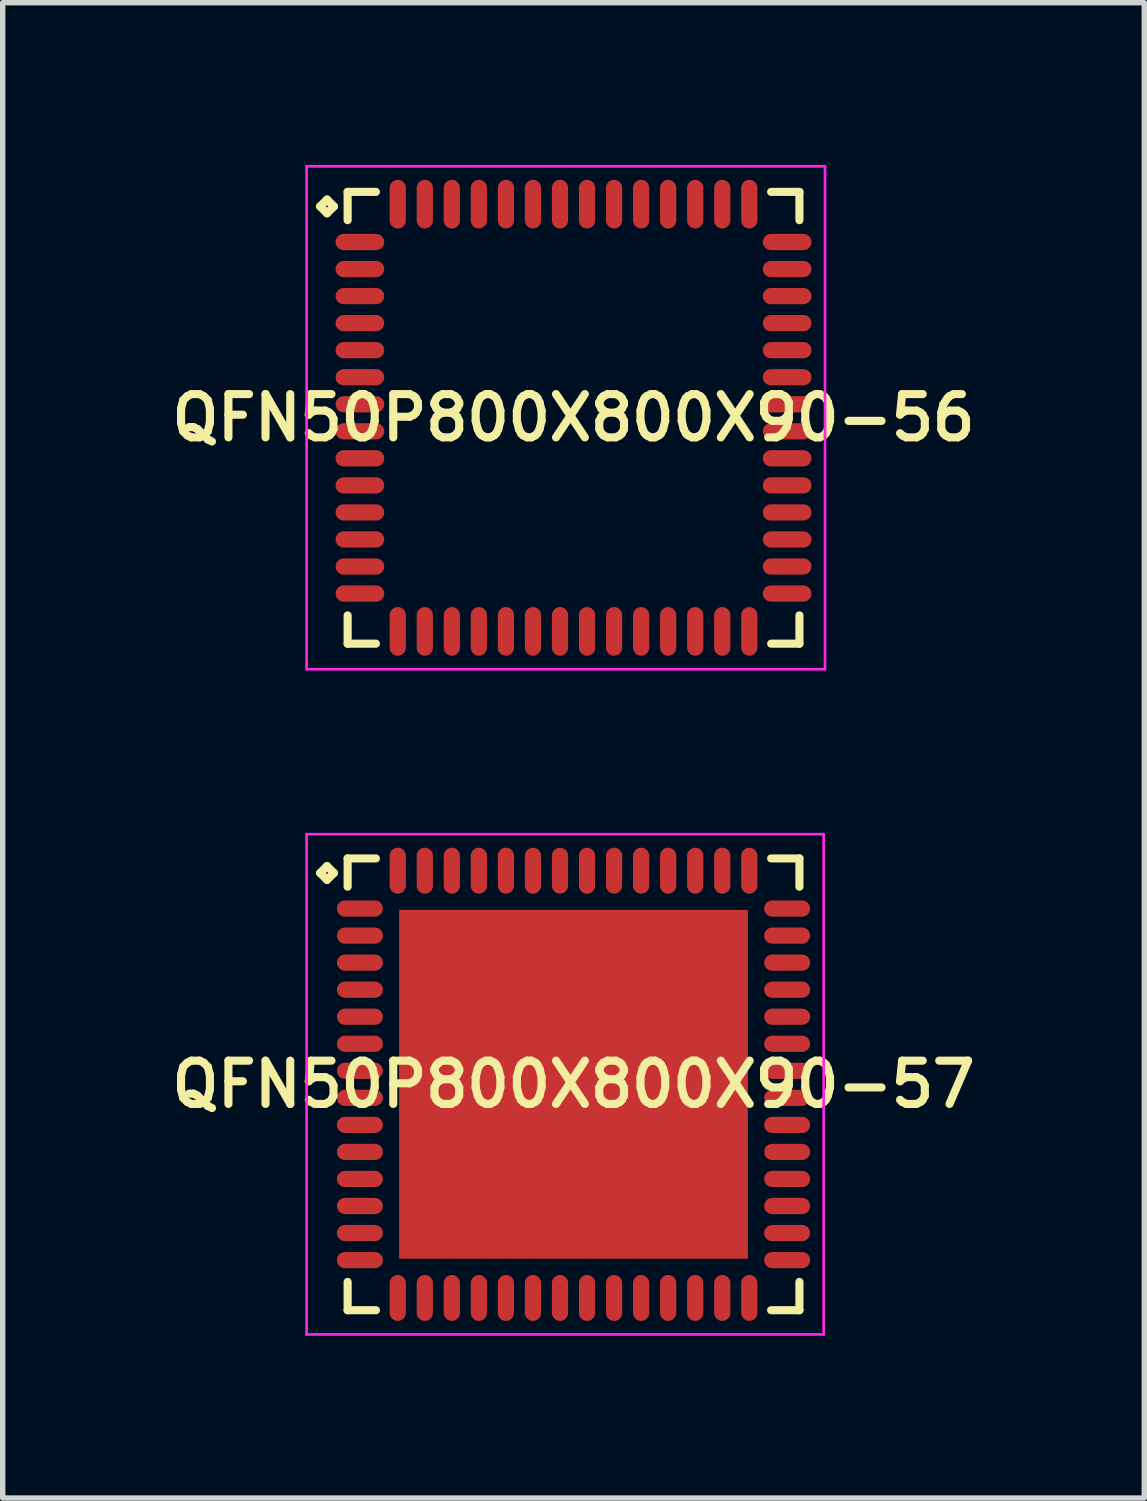
<source format=kicad_pcb>
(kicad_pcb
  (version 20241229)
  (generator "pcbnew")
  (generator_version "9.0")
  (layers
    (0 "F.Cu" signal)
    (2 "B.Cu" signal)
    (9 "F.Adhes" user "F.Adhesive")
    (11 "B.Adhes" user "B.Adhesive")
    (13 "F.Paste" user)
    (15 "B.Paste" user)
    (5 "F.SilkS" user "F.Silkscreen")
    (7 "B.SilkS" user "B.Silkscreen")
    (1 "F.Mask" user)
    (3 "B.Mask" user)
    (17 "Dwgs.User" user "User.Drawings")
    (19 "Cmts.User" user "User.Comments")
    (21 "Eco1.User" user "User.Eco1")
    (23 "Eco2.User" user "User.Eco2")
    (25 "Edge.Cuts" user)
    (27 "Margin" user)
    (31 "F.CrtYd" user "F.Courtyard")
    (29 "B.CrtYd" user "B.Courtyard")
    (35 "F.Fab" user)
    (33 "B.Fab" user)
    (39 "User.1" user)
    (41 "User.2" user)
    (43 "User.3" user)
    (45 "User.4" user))
  (footprint "QFN50P800X800X90-57"
    (layer "F.Cu")
    (at 7.555 17)
    (property "Reference" "QFN50P800X800X90-57" (at 0 0 0) (layer "F.SilkS") (effects (font (size 0.8 0.8) (thickness 0.15))))
    (attr smd)
    (fp_line (start -4.685 -3.908) (end -4.558 -4.035) (stroke (width 0.15) (type solid)) (layer "F.SilkS"))
    (fp_line (start -4.558 -4.035) (end -4.431 -3.908) (stroke (width 0.15) (type solid)) (layer "F.SilkS"))
    (fp_line (start -4.558 -3.781) (end -4.685 -3.908) (stroke (width 0.15) (type solid)) (layer "F.SilkS"))
    (fp_line (start -4.431 -3.908) (end -4.558 -3.781) (stroke (width 0.15) (type solid)) (layer "F.SilkS"))
    (fp_line (start -4.177 -4.177) (end -3.654 -4.177) (stroke (width 0.15) (type solid)) (layer "F.SilkS"))
    (fp_line (start -4.177 -3.654) (end -4.177 -4.177) (stroke (width 0.15) (type solid)) (layer "F.SilkS"))
    (fp_line (start -4.177 3.654) (end -4.177 4.177) (stroke (width 0.15) (type solid)) (layer "F.SilkS"))
    (fp_line (start -4.177 4.177) (end -3.654 4.177) (stroke (width 0.15) (type solid)) (layer "F.SilkS"))
    (fp_line (start 3.654 -4.177) (end 4.177 -4.177) (stroke (width 0.15) (type solid)) (layer "F.SilkS"))
    (fp_line (start 3.654 4.177) (end 4.177 4.177) (stroke (width 0.15) (type solid)) (layer "F.SilkS"))
    (fp_line (start 4.177 -4.177) (end 4.177 -3.654) (stroke (width 0.15) (type solid)) (layer "F.SilkS"))
    (fp_line (start 4.177 4.177) (end 4.177 3.654) (stroke (width 0.15) (type solid)) (layer "F.SilkS"))
    (fp_line (start -4.935 -4.625) (end 4.625 -4.625) (stroke (width 0.05) (type solid)) (layer "F.CrtYd"))
    (fp_line (start -4.935 4.625) (end -4.935 -4.625) (stroke (width 0.05) (type solid)) (layer "F.CrtYd"))
    (fp_line (start 4.625 -4.625) (end 4.625 4.625) (stroke (width 0.05) (type solid)) (layer "F.CrtYd"))
    (fp_line (start 4.625 4.625) (end -4.935 4.625) (stroke (width 0.05) (type solid)) (layer "F.CrtYd"))
    (pad "1" smd oval (at -3.95 -3.25) (size 0.85 0.3) (layers "F.Cu" "F.Mask" "F.Paste"))
    (pad "2" smd oval (at -3.95 -2.75) (size 0.85 0.3) (layers "F.Cu" "F.Mask" "F.Paste"))
    (pad "3" smd oval (at -3.95 -2.25) (size 0.85 0.3) (layers "F.Cu" "F.Mask" "F.Paste"))
    (pad "4" smd oval (at -3.95 -1.75) (size 0.85 0.3) (layers "F.Cu" "F.Mask" "F.Paste"))
    (pad "5" smd oval (at -3.95 -1.25) (size 0.85 0.3) (layers "F.Cu" "F.Mask" "F.Paste"))
    (pad "6" smd oval (at -3.95 -0.75) (size 0.85 0.3) (layers "F.Cu" "F.Mask" "F.Paste"))
    (pad "7" smd oval (at -3.95 -0.25) (size 0.85 0.3) (layers "F.Cu" "F.Mask" "F.Paste"))
    (pad "8" smd oval (at -3.95 0.25) (size 0.85 0.3) (layers "F.Cu" "F.Mask" "F.Paste"))
    (pad "9" smd oval (at -3.95 0.75) (size 0.85 0.3) (layers "F.Cu" "F.Mask" "F.Paste"))
    (pad "10" smd oval (at -3.95 1.25) (size 0.85 0.3) (layers "F.Cu" "F.Mask" "F.Paste"))
    (pad "11" smd oval (at -3.95 1.75) (size 0.85 0.3) (layers "F.Cu" "F.Mask" "F.Paste"))
    (pad "12" smd oval (at -3.95 2.25) (size 0.85 0.3) (layers "F.Cu" "F.Mask" "F.Paste"))
    (pad "13" smd oval (at -3.95 2.75) (size 0.85 0.3) (layers "F.Cu" "F.Mask" "F.Paste"))
    (pad "14" smd oval (at -3.95 3.25) (size 0.85 0.3) (layers "F.Cu" "F.Mask" "F.Paste"))
    (pad "15" smd oval (at -3.25 3.95) (size 0.3 0.85) (layers "F.Cu" "F.Mask" "F.Paste"))
    (pad "16" smd oval (at -2.75 3.95) (size 0.3 0.85) (layers "F.Cu" "F.Mask" "F.Paste"))
    (pad "17" smd oval (at -2.25 3.95) (size 0.3 0.85) (layers "F.Cu" "F.Mask" "F.Paste"))
    (pad "18" smd oval (at -1.75 3.95) (size 0.3 0.85) (layers "F.Cu" "F.Mask" "F.Paste"))
    (pad "19" smd oval (at -1.25 3.95) (size 0.3 0.85) (layers "F.Cu" "F.Mask" "F.Paste"))
    (pad "20" smd oval (at -0.75 3.95) (size 0.3 0.85) (layers "F.Cu" "F.Mask" "F.Paste"))
    (pad "21" smd oval (at -0.25 3.95) (size 0.3 0.85) (layers "F.Cu" "F.Mask" "F.Paste"))
    (pad "22" smd oval (at 0.25 3.95) (size 0.3 0.85) (layers "F.Cu" "F.Mask" "F.Paste"))
    (pad "23" smd oval (at 0.75 3.95) (size 0.3 0.85) (layers "F.Cu" "F.Mask" "F.Paste"))
    (pad "24" smd oval (at 1.25 3.95) (size 0.3 0.85) (layers "F.Cu" "F.Mask" "F.Paste"))
    (pad "25" smd oval (at 1.75 3.95) (size 0.3 0.85) (layers "F.Cu" "F.Mask" "F.Paste"))
    (pad "26" smd oval (at 2.25 3.95) (size 0.3 0.85) (layers "F.Cu" "F.Mask" "F.Paste"))
    (pad "27" smd oval (at 2.75 3.95) (size 0.3 0.85) (layers "F.Cu" "F.Mask" "F.Paste"))
    (pad "28" smd oval (at 3.25 3.95) (size 0.3 0.85) (layers "F.Cu" "F.Mask" "F.Paste"))
    (pad "29" smd oval (at 3.95 3.25) (size 0.85 0.3) (layers "F.Cu" "F.Mask" "F.Paste"))
    (pad "30" smd oval (at 3.95 2.75) (size 0.85 0.3) (layers "F.Cu" "F.Mask" "F.Paste"))
    (pad "31" smd oval (at 3.95 2.25) (size 0.85 0.3) (layers "F.Cu" "F.Mask" "F.Paste"))
    (pad "32" smd oval (at 3.95 1.75) (size 0.85 0.3) (layers "F.Cu" "F.Mask" "F.Paste"))
    (pad "33" smd oval (at 3.95 1.25) (size 0.85 0.3) (layers "F.Cu" "F.Mask" "F.Paste"))
    (pad "34" smd oval (at 3.95 0.75) (size 0.85 0.3) (layers "F.Cu" "F.Mask" "F.Paste"))
    (pad "35" smd oval (at 3.95 0.25) (size 0.85 0.3) (layers "F.Cu" "F.Mask" "F.Paste"))
    (pad "36" smd oval (at 3.95 -0.25) (size 0.85 0.3) (layers "F.Cu" "F.Mask" "F.Paste"))
    (pad "37" smd oval (at 3.95 -0.75) (size 0.85 0.3) (layers "F.Cu" "F.Mask" "F.Paste"))
    (pad "38" smd oval (at 3.95 -1.25) (size 0.85 0.3) (layers "F.Cu" "F.Mask" "F.Paste"))
    (pad "39" smd oval (at 3.95 -1.75) (size 0.85 0.3) (layers "F.Cu" "F.Mask" "F.Paste"))
    (pad "40" smd oval (at 3.95 -2.25) (size 0.85 0.3) (layers "F.Cu" "F.Mask" "F.Paste"))
    (pad "41" smd oval (at 3.95 -2.75) (size 0.85 0.3) (layers "F.Cu" "F.Mask" "F.Paste"))
    (pad "42" smd oval (at 3.95 -3.25) (size 0.85 0.3) (layers "F.Cu" "F.Mask" "F.Paste"))
    (pad "43" smd oval (at 3.25 -3.95) (size 0.3 0.85) (layers "F.Cu" "F.Mask" "F.Paste"))
    (pad "44" smd oval (at 2.75 -3.95) (size 0.3 0.85) (layers "F.Cu" "F.Mask" "F.Paste"))
    (pad "45" smd oval (at 2.25 -3.95) (size 0.3 0.85) (layers "F.Cu" "F.Mask" "F.Paste"))
    (pad "46" smd oval (at 1.75 -3.95) (size 0.3 0.85) (layers "F.Cu" "F.Mask" "F.Paste"))
    (pad "47" smd oval (at 1.25 -3.95) (size 0.3 0.85) (layers "F.Cu" "F.Mask" "F.Paste"))
    (pad "48" smd oval (at 0.75 -3.95) (size 0.3 0.85) (layers "F.Cu" "F.Mask" "F.Paste"))
    (pad "49" smd oval (at 0.25 -3.95) (size 0.3 0.85) (layers "F.Cu" "F.Mask" "F.Paste"))
    (pad "50" smd oval (at -0.25 -3.95) (size 0.3 0.85) (layers "F.Cu" "F.Mask" "F.Paste"))
    (pad "51" smd oval (at -0.75 -3.95) (size 0.3 0.85) (layers "F.Cu" "F.Mask" "F.Paste"))
    (pad "52" smd oval (at -1.25 -3.95) (size 0.3 0.85) (layers "F.Cu" "F.Mask" "F.Paste"))
    (pad "53" smd oval (at -1.75 -3.95) (size 0.3 0.85) (layers "F.Cu" "F.Mask" "F.Paste"))
    (pad "54" smd oval (at -2.25 -3.95) (size 0.3 0.85) (layers "F.Cu" "F.Mask" "F.Paste"))
    (pad "55" smd oval (at -2.75 -3.95) (size 0.3 0.85) (layers "F.Cu" "F.Mask" "F.Paste"))
    (pad "56" smd oval (at -3.25 -3.95) (size 0.3 0.85) (layers "F.Cu" "F.Mask" "F.Paste"))
    (pad "57" smd rect (at 0 0) (size 6.45 6.45) (layers "F.Cu" "F.Mask" "F.Paste")))
  (footprint "QFN50P800X800X90-56"
    (layer "F.Cu")
    (at 7.555 4.675)
    (property "Reference" "QFN50P800X800X90-56" (at 0 0 0) (layer "F.SilkS") (effects (font (size 0.8 0.8) (thickness 0.15))))
    (attr smd)
    (fp_line (start -4.685 -3.908) (end -4.558 -4.035) (stroke (width 0.15) (type solid)) (layer "F.SilkS"))
    (fp_line (start -4.558 -4.035) (end -4.431 -3.908) (stroke (width 0.15) (type solid)) (layer "F.SilkS"))
    (fp_line (start -4.558 -3.781) (end -4.685 -3.908) (stroke (width 0.15) (type solid)) (layer "F.SilkS"))
    (fp_line (start -4.431 -3.908) (end -4.558 -3.781) (stroke (width 0.15) (type solid)) (layer "F.SilkS"))
    (fp_line (start -4.177 -4.177) (end -3.654 -4.177) (stroke (width 0.15) (type solid)) (layer "F.SilkS"))
    (fp_line (start -4.177 -3.654) (end -4.177 -4.177) (stroke (width 0.15) (type solid)) (layer "F.SilkS"))
    (fp_line (start -4.177 3.654) (end -4.177 4.177) (stroke (width 0.15) (type solid)) (layer "F.SilkS"))
    (fp_line (start -4.177 4.177) (end -3.654 4.177) (stroke (width 0.15) (type solid)) (layer "F.SilkS"))
    (fp_line (start 3.654 -4.177) (end 4.177 -4.177) (stroke (width 0.15) (type solid)) (layer "F.SilkS"))
    (fp_line (start 3.654 4.177) (end 4.177 4.177) (stroke (width 0.15) (type solid)) (layer "F.SilkS"))
    (fp_line (start 4.177 -4.177) (end 4.177 -3.654) (stroke (width 0.15) (type solid)) (layer "F.SilkS"))
    (fp_line (start 4.177 4.177) (end 4.177 3.654) (stroke (width 0.15) (type solid)) (layer "F.SilkS"))
    (fp_line (start -4.935 -4.65) (end 4.65 -4.65) (stroke (width 0.05) (type solid)) (layer "F.CrtYd"))
    (fp_line (start -4.935 4.65) (end -4.935 -4.65) (stroke (width 0.05) (type solid)) (layer "F.CrtYd"))
    (fp_line (start 4.65 -4.65) (end 4.65 4.65) (stroke (width 0.05) (type solid)) (layer "F.CrtYd"))
    (fp_line (start 4.65 4.65) (end -4.935 4.65) (stroke (width 0.05) (type solid)) (layer "F.CrtYd"))
    (pad "1" smd oval (at -3.95 -3.25) (size 0.9 0.3) (layers "F.Cu" "F.Mask" "F.Paste"))
    (pad "2" smd oval (at -3.95 -2.75) (size 0.9 0.3) (layers "F.Cu" "F.Mask" "F.Paste"))
    (pad "3" smd oval (at -3.95 -2.25) (size 0.9 0.3) (layers "F.Cu" "F.Mask" "F.Paste"))
    (pad "4" smd oval (at -3.95 -1.75) (size 0.9 0.3) (layers "F.Cu" "F.Mask" "F.Paste"))
    (pad "5" smd oval (at -3.95 -1.25) (size 0.9 0.3) (layers "F.Cu" "F.Mask" "F.Paste"))
    (pad "6" smd oval (at -3.95 -0.75) (size 0.9 0.3) (layers "F.Cu" "F.Mask" "F.Paste"))
    (pad "7" smd oval (at -3.95 -0.25) (size 0.9 0.3) (layers "F.Cu" "F.Mask" "F.Paste"))
    (pad "8" smd oval (at -3.95 0.25) (size 0.9 0.3) (layers "F.Cu" "F.Mask" "F.Paste"))
    (pad "9" smd oval (at -3.95 0.75) (size 0.9 0.3) (layers "F.Cu" "F.Mask" "F.Paste"))
    (pad "10" smd oval (at -3.95 1.25) (size 0.9 0.3) (layers "F.Cu" "F.Mask" "F.Paste"))
    (pad "11" smd oval (at -3.95 1.75) (size 0.9 0.3) (layers "F.Cu" "F.Mask" "F.Paste"))
    (pad "12" smd oval (at -3.95 2.25) (size 0.9 0.3) (layers "F.Cu" "F.Mask" "F.Paste"))
    (pad "13" smd oval (at -3.95 2.75) (size 0.9 0.3) (layers "F.Cu" "F.Mask" "F.Paste"))
    (pad "14" smd oval (at -3.95 3.25) (size 0.9 0.3) (layers "F.Cu" "F.Mask" "F.Paste"))
    (pad "15" smd oval (at -3.25 3.95) (size 0.3 0.9) (layers "F.Cu" "F.Mask" "F.Paste"))
    (pad "16" smd oval (at -2.75 3.95) (size 0.3 0.9) (layers "F.Cu" "F.Mask" "F.Paste"))
    (pad "17" smd oval (at -2.25 3.95) (size 0.3 0.9) (layers "F.Cu" "F.Mask" "F.Paste"))
    (pad "18" smd oval (at -1.75 3.95) (size 0.3 0.9) (layers "F.Cu" "F.Mask" "F.Paste"))
    (pad "19" smd oval (at -1.25 3.95) (size 0.3 0.9) (layers "F.Cu" "F.Mask" "F.Paste"))
    (pad "20" smd oval (at -0.75 3.95) (size 0.3 0.9) (layers "F.Cu" "F.Mask" "F.Paste"))
    (pad "21" smd oval (at -0.25 3.95) (size 0.3 0.9) (layers "F.Cu" "F.Mask" "F.Paste"))
    (pad "22" smd oval (at 0.25 3.95) (size 0.3 0.9) (layers "F.Cu" "F.Mask" "F.Paste"))
    (pad "23" smd oval (at 0.75 3.95) (size 0.3 0.9) (layers "F.Cu" "F.Mask" "F.Paste"))
    (pad "24" smd oval (at 1.25 3.95) (size 0.3 0.9) (layers "F.Cu" "F.Mask" "F.Paste"))
    (pad "25" smd oval (at 1.75 3.95) (size 0.3 0.9) (layers "F.Cu" "F.Mask" "F.Paste"))
    (pad "26" smd oval (at 2.25 3.95) (size 0.3 0.9) (layers "F.Cu" "F.Mask" "F.Paste"))
    (pad "27" smd oval (at 2.75 3.95) (size 0.3 0.9) (layers "F.Cu" "F.Mask" "F.Paste"))
    (pad "28" smd oval (at 3.25 3.95) (size 0.3 0.9) (layers "F.Cu" "F.Mask" "F.Paste"))
    (pad "29" smd oval (at 3.95 3.25) (size 0.9 0.3) (layers "F.Cu" "F.Mask" "F.Paste"))
    (pad "30" smd oval (at 3.95 2.75) (size 0.9 0.3) (layers "F.Cu" "F.Mask" "F.Paste"))
    (pad "31" smd oval (at 3.95 2.25) (size 0.9 0.3) (layers "F.Cu" "F.Mask" "F.Paste"))
    (pad "32" smd oval (at 3.95 1.75) (size 0.9 0.3) (layers "F.Cu" "F.Mask" "F.Paste"))
    (pad "33" smd oval (at 3.95 1.25) (size 0.9 0.3) (layers "F.Cu" "F.Mask" "F.Paste"))
    (pad "34" smd oval (at 3.95 0.75) (size 0.9 0.3) (layers "F.Cu" "F.Mask" "F.Paste"))
    (pad "35" smd oval (at 3.95 0.25) (size 0.9 0.3) (layers "F.Cu" "F.Mask" "F.Paste"))
    (pad "36" smd oval (at 3.95 -0.25) (size 0.9 0.3) (layers "F.Cu" "F.Mask" "F.Paste"))
    (pad "37" smd oval (at 3.95 -0.75) (size 0.9 0.3) (layers "F.Cu" "F.Mask" "F.Paste"))
    (pad "38" smd oval (at 3.95 -1.25) (size 0.9 0.3) (layers "F.Cu" "F.Mask" "F.Paste"))
    (pad "39" smd oval (at 3.95 -1.75) (size 0.9 0.3) (layers "F.Cu" "F.Mask" "F.Paste"))
    (pad "40" smd oval (at 3.95 -2.25) (size 0.9 0.3) (layers "F.Cu" "F.Mask" "F.Paste"))
    (pad "41" smd oval (at 3.95 -2.75) (size 0.9 0.3) (layers "F.Cu" "F.Mask" "F.Paste"))
    (pad "42" smd oval (at 3.95 -3.25) (size 0.9 0.3) (layers "F.Cu" "F.Mask" "F.Paste"))
    (pad "43" smd oval (at 3.25 -3.95) (size 0.3 0.9) (layers "F.Cu" "F.Mask" "F.Paste"))
    (pad "44" smd oval (at 2.75 -3.95) (size 0.3 0.9) (layers "F.Cu" "F.Mask" "F.Paste"))
    (pad "45" smd oval (at 2.25 -3.95) (size 0.3 0.9) (layers "F.Cu" "F.Mask" "F.Paste"))
    (pad "46" smd oval (at 1.75 -3.95) (size 0.3 0.9) (layers "F.Cu" "F.Mask" "F.Paste"))
    (pad "47" smd oval (at 1.25 -3.95) (size 0.3 0.9) (layers "F.Cu" "F.Mask" "F.Paste"))
    (pad "48" smd oval (at 0.75 -3.95) (size 0.3 0.9) (layers "F.Cu" "F.Mask" "F.Paste"))
    (pad "49" smd oval (at 0.25 -3.95) (size 0.3 0.9) (layers "F.Cu" "F.Mask" "F.Paste"))
    (pad "50" smd oval (at -0.25 -3.95) (size 0.3 0.9) (layers "F.Cu" "F.Mask" "F.Paste"))
    (pad "51" smd oval (at -0.75 -3.95) (size 0.3 0.9) (layers "F.Cu" "F.Mask" "F.Paste"))
    (pad "52" smd oval (at -1.25 -3.95) (size 0.3 0.9) (layers "F.Cu" "F.Mask" "F.Paste"))
    (pad "53" smd oval (at -1.75 -3.95) (size 0.3 0.9) (layers "F.Cu" "F.Mask" "F.Paste"))
    (pad "54" smd oval (at -2.25 -3.95) (size 0.3 0.9) (layers "F.Cu" "F.Mask" "F.Paste"))
    (pad "55" smd oval (at -2.75 -3.95) (size 0.3 0.9) (layers "F.Cu" "F.Mask" "F.Paste"))
    (pad "56" smd oval (at -3.25 -3.95) (size 0.3 0.9) (layers "F.Cu" "F.Mask" "F.Paste")))
  (gr_rect
    (start -3 -3)
    (end 18.109 24.65)
    (stroke (width 0.1) (type default))
    (fill no)
    (layer "Edge.Cuts")))
</source>
